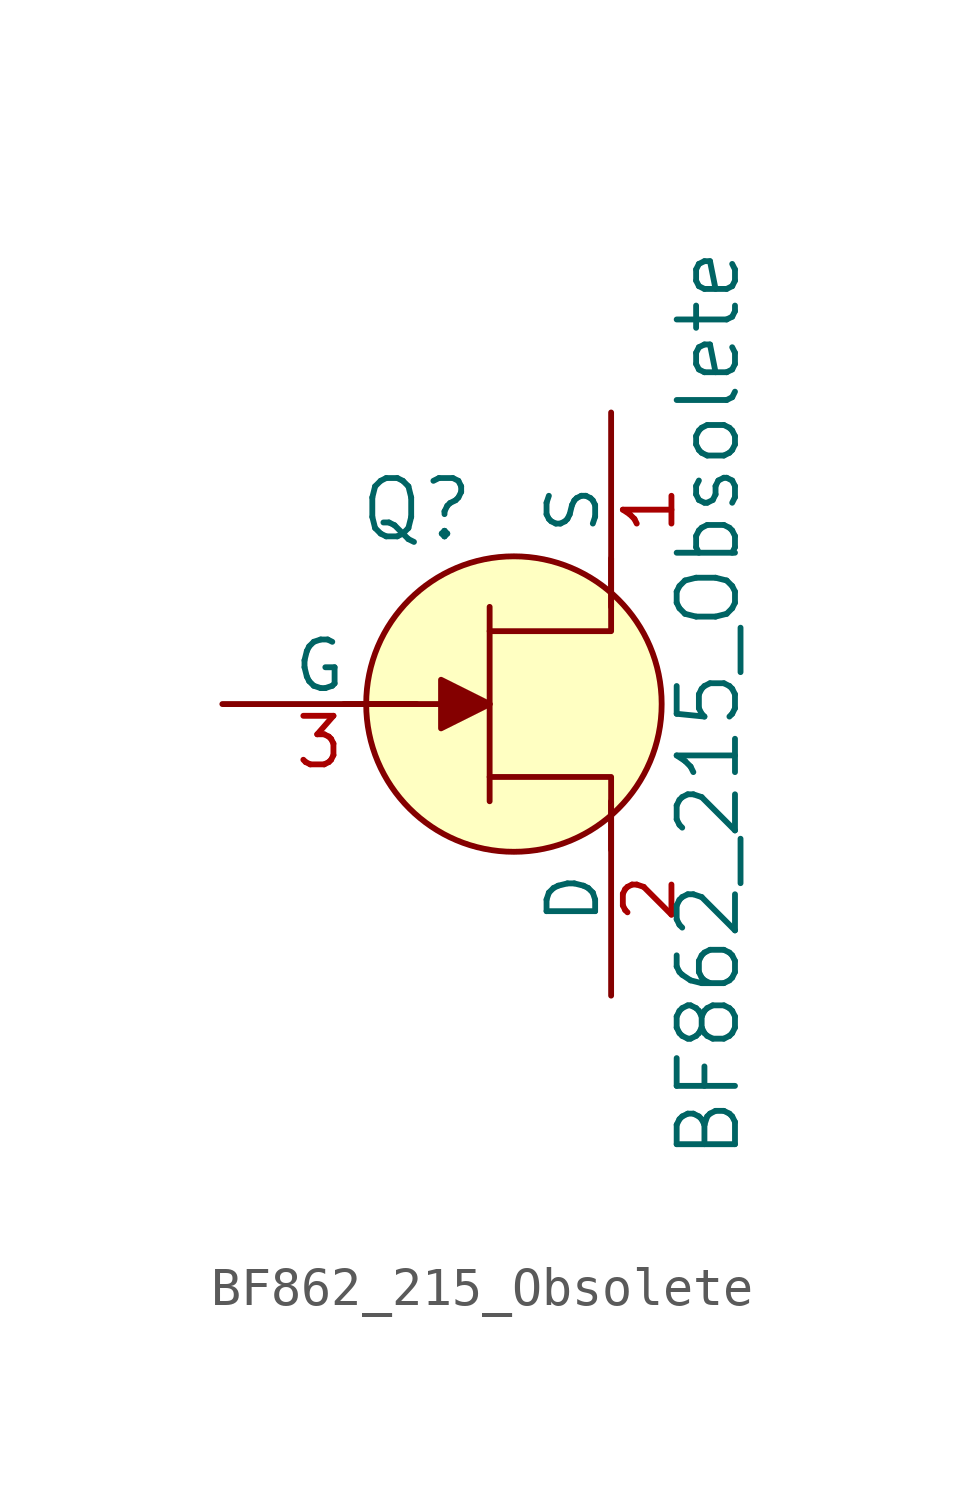
<source format=kicad_sym>
(kicad_symbol_lib
  (version 20231120)
  (generator "kicad_symbol_editor")
  (generator_version "8.0")
  (symbol "BF862_215_Obsolete"
    (pin_names
      (offset 0))
    (property "Reference" "Q"
      (at -2.54 5.08 0)
      (effects (font (size 1.524 1.524))))
    (property "Value" "BF862_215_Obsolete"
      (at 5.08 0 90)
      (effects (font (size 1.524 1.524))))
    (symbol "BF862_215_Obsolete_0_1"
      (polyline (pts (xy -0.635 -2.54) (xy -0.635 2.54)) (stroke (width 0) (type solid)) (fill (type none)))
      (polyline (pts (xy -0.635 0) (xy -4.445 0)) (stroke (width 0) (type solid)) (fill (type none)))
      (polyline (pts (xy -0.635 -1.905) (xy 2.54 -1.905) (xy 2.54 -3.81)) (stroke (width 0) (type solid)) (fill (type none)))
      (polyline (pts (xy -0.635 1.905) (xy 2.54 1.905) (xy 2.54 3.81)) (stroke (width 0) (type solid)) (fill (type none))))
    (symbol "BF862_215_Obsolete_1_1"
      (polyline (pts (xy -1.905 0.635) (xy -1.905 -0.635) (xy -0.635 0) (xy -1.905 0.635)) (stroke (width 0) (type solid)) (fill (type outline)))
      (circle (center 0 0) (radius 3.861) (stroke (width 0) (type solid)) (fill (type background)))
      (pin passive line (at 2.54 7.62 270) (length 5.08) (name "S" (effects (font (size 1.27 1.27)))) (number "1" (effects (font (size 1.27 1.27)))))
      (pin passive line (at 2.54 -7.62 90) (length 5.08) (name "D" (effects (font (size 1.27 1.27)))) (number "2" (effects (font (size 1.27 1.27)))))
      (pin input line (at -7.62 0 0) (length 5.08) (name "G" (effects (font (size 1.27 1.27)))) (number "3" (effects (font (size 1.27 1.27))))))))
</source>
